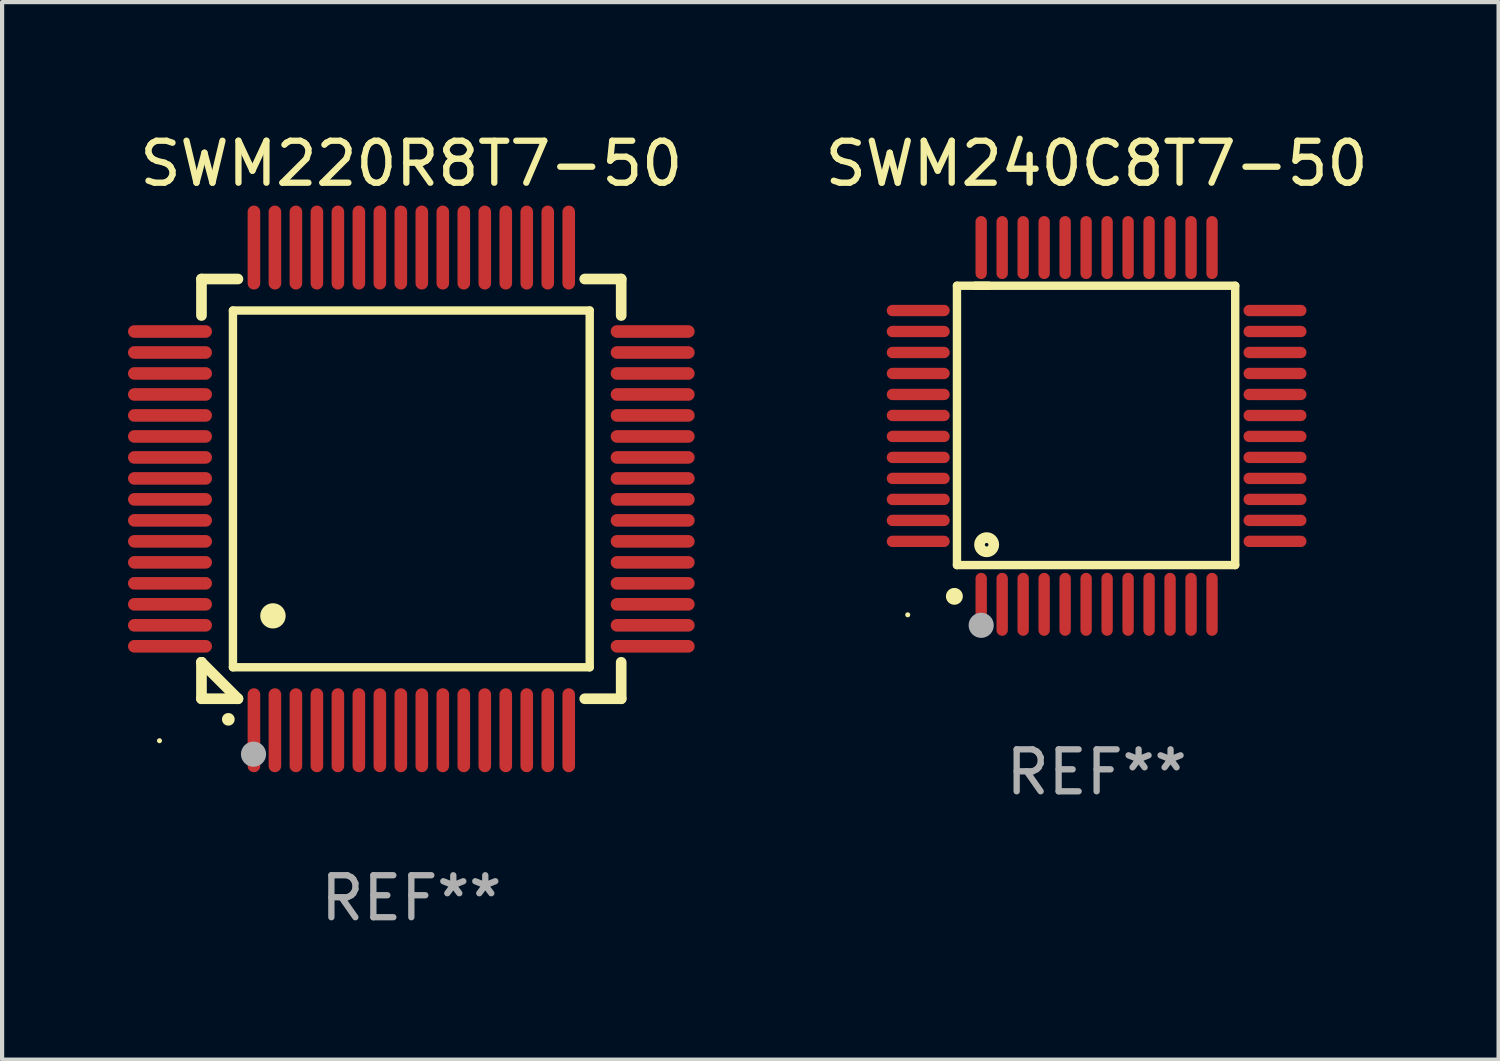
<source format=kicad_pcb>
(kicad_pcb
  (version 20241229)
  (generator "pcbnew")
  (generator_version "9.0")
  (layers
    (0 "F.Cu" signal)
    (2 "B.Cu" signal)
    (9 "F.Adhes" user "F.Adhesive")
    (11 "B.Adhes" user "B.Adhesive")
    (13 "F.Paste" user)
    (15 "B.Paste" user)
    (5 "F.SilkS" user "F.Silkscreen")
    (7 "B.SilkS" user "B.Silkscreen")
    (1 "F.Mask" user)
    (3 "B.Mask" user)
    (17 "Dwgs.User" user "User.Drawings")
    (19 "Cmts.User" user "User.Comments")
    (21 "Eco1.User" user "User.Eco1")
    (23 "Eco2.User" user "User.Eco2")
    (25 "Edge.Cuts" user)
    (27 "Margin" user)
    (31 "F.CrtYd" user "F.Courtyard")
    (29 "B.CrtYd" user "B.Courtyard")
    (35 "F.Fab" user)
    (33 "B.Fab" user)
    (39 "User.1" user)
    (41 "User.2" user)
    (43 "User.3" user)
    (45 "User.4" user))
  (footprint "SWM220R8T7-50"
    (layer "F.Cu")
    (at 6.75 8.598)
    (property "Reference" "SWM220R8T7-50" (at 0 -7.75 0) (layer "F.SilkS") (effects (font (size 1 1) (thickness 0.15))))
    (attr through_hole)
    (fp_line (start -5 -5) (end -4.131 -5) (stroke (width 0.254) (type solid)) (layer "F.SilkS"))
    (fp_line (start -5 -4.131) (end -5 -5) (stroke (width 0.254) (type solid)) (layer "F.SilkS"))
    (fp_line (start -5 4.131) (end -5 4.131) (stroke (width 0.254) (type solid)) (layer "F.SilkS"))
    (fp_line (start -5 5) (end -5 4.131) (stroke (width 0.254) (type solid)) (layer "F.SilkS"))
    (fp_line (start -5 4.131) (end -4.131 5) (stroke (width 0.254) (type solid)) (layer "F.SilkS"))
    (fp_line (start -4.25 -4.25) (end -4.25 4.25) (stroke (width 0.2) (type solid)) (layer "F.SilkS"))
    (fp_line (start -4.25 4.25) (end 4.25 4.25) (stroke (width 0.2) (type solid)) (layer "F.SilkS"))
    (fp_line (start -4.131 5) (end -5 5) (stroke (width 0.254) (type solid)) (layer "F.SilkS"))
    (fp_line (start 4.25 -4.25) (end -4.25 -4.25) (stroke (width 0.2) (type solid)) (layer "F.SilkS"))
    (fp_line (start 4.25 4.25) (end 4.25 -4.25) (stroke (width 0.2) (type solid)) (layer "F.SilkS"))
    (fp_line (start 5 -5) (end 4.131 -5) (stroke (width 0.254) (type solid)) (layer "F.SilkS"))
    (fp_line (start 5 -5) (end 5 -4.131) (stroke (width 0.254) (type solid)) (layer "F.SilkS"))
    (fp_line (start 5 4.131) (end 5 5) (stroke (width 0.254) (type solid)) (layer "F.SilkS"))
    (fp_line (start 5 5) (end 4.131 5) (stroke (width 0.254) (type solid)) (layer "F.SilkS"))
    (fp_arc (start -4.361265 5.489992) (mid -4.359995 5.489987) (end -4.358725 5.489992) (stroke (width 0.3) (type solid)) (layer "F.SilkS"))
    (fp_arc (start -3.299467 3.025146) (mid -3.296927 3.025135) (end -3.294387 3.025146) (stroke (width 0.6) (type solid)) (layer "F.SilkS"))
    (fp_circle (center -6 6) (end -5.97 6) (stroke (width 0.06) (type solid)) (fill no) (layer "F.SilkS"))
    (fp_circle (center -3.76 6.32) (end -3.61 6.32) (stroke (width 0.3) (type solid)) (fill no) (layer "F.Fab"))
    (fp_text user "REF**" (at 0 9.75 0) (layer "F.Fab") (effects (font (size 1 1) (thickness 0.15))))
    (pad "1" smd oval (at -3.75 5.75) (size 0.3 2) (layers "F.Cu" "F.Mask" "F.Paste"))
    (pad "2" smd oval (at -3.25 5.75) (size 0.3 2) (layers "F.Cu" "F.Mask" "F.Paste"))
    (pad "3" smd oval (at -2.75 5.75) (size 0.3 2) (layers "F.Cu" "F.Mask" "F.Paste"))
    (pad "4" smd oval (at -2.25 5.75) (size 0.3 2) (layers "F.Cu" "F.Mask" "F.Paste"))
    (pad "5" smd oval (at -1.75 5.75) (size 0.3 2) (layers "F.Cu" "F.Mask" "F.Paste"))
    (pad "6" smd oval (at -1.25 5.75) (size 0.3 2) (layers "F.Cu" "F.Mask" "F.Paste"))
    (pad "7" smd oval (at -0.75 5.75) (size 0.3 2) (layers "F.Cu" "F.Mask" "F.Paste"))
    (pad "8" smd oval (at -0.25 5.75) (size 0.3 2) (layers "F.Cu" "F.Mask" "F.Paste"))
    (pad "9" smd oval (at 0.25 5.75) (size 0.3 2) (layers "F.Cu" "F.Mask" "F.Paste"))
    (pad "10" smd oval (at 0.75 5.75) (size 0.3 2) (layers "F.Cu" "F.Mask" "F.Paste"))
    (pad "11" smd oval (at 1.25 5.75) (size 0.3 2) (layers "F.Cu" "F.Mask" "F.Paste"))
    (pad "12" smd oval (at 1.75 5.75) (size 0.3 2) (layers "F.Cu" "F.Mask" "F.Paste"))
    (pad "13" smd oval (at 2.25 5.75) (size 0.3 2) (layers "F.Cu" "F.Mask" "F.Paste"))
    (pad "14" smd oval (at 2.75 5.75) (size 0.3 2) (layers "F.Cu" "F.Mask" "F.Paste"))
    (pad "15" smd oval (at 3.25 5.75) (size 0.3 2) (layers "F.Cu" "F.Mask" "F.Paste"))
    (pad "16" smd oval (at 3.75 5.75) (size 0.3 2) (layers "F.Cu" "F.Mask" "F.Paste"))
    (pad "17" smd oval (at 5.75 3.75) (size 2 0.3) (layers "F.Cu" "F.Mask" "F.Paste"))
    (pad "18" smd oval (at 5.75 3.25) (size 2 0.3) (layers "F.Cu" "F.Mask" "F.Paste"))
    (pad "19" smd oval (at 5.75 2.75) (size 2 0.3) (layers "F.Cu" "F.Mask" "F.Paste"))
    (pad "20" smd oval (at 5.75 2.25) (size 2 0.3) (layers "F.Cu" "F.Mask" "F.Paste"))
    (pad "21" smd oval (at 5.75 1.75) (size 2 0.3) (layers "F.Cu" "F.Mask" "F.Paste"))
    (pad "22" smd oval (at 5.75 1.25) (size 2 0.3) (layers "F.Cu" "F.Mask" "F.Paste"))
    (pad "23" smd oval (at 5.75 0.75) (size 2 0.3) (layers "F.Cu" "F.Mask" "F.Paste"))
    (pad "24" smd oval (at 5.75 0.25) (size 2 0.3) (layers "F.Cu" "F.Mask" "F.Paste"))
    (pad "25" smd oval (at 5.75 -0.25) (size 2 0.3) (layers "F.Cu" "F.Mask" "F.Paste"))
    (pad "26" smd oval (at 5.75 -0.75) (size 2 0.3) (layers "F.Cu" "F.Mask" "F.Paste"))
    (pad "27" smd oval (at 5.75 -1.25) (size 2 0.3) (layers "F.Cu" "F.Mask" "F.Paste"))
    (pad "28" smd oval (at 5.75 -1.75) (size 2 0.3) (layers "F.Cu" "F.Mask" "F.Paste"))
    (pad "29" smd oval (at 5.75 -2.25) (size 2 0.3) (layers "F.Cu" "F.Mask" "F.Paste"))
    (pad "30" smd oval (at 5.75 -2.75) (size 2 0.3) (layers "F.Cu" "F.Mask" "F.Paste"))
    (pad "31" smd oval (at 5.75 -3.25) (size 2 0.3) (layers "F.Cu" "F.Mask" "F.Paste"))
    (pad "32" smd oval (at 5.75 -3.75) (size 2 0.3) (layers "F.Cu" "F.Mask" "F.Paste"))
    (pad "33" smd oval (at 3.75 -5.75) (size 0.3 2) (layers "F.Cu" "F.Mask" "F.Paste"))
    (pad "34" smd oval (at 3.25 -5.75) (size 0.3 2) (layers "F.Cu" "F.Mask" "F.Paste"))
    (pad "35" smd oval (at 2.75 -5.75) (size 0.3 2) (layers "F.Cu" "F.Mask" "F.Paste"))
    (pad "36" smd oval (at 2.25 -5.75) (size 0.3 2) (layers "F.Cu" "F.Mask" "F.Paste"))
    (pad "37" smd oval (at 1.75 -5.75) (size 0.3 2) (layers "F.Cu" "F.Mask" "F.Paste"))
    (pad "38" smd oval (at 1.25 -5.75) (size 0.3 2) (layers "F.Cu" "F.Mask" "F.Paste"))
    (pad "39" smd oval (at 0.75 -5.75) (size 0.3 2) (layers "F.Cu" "F.Mask" "F.Paste"))
    (pad "40" smd oval (at 0.25 -5.75) (size 0.3 2) (layers "F.Cu" "F.Mask" "F.Paste"))
    (pad "41" smd oval (at -0.25 -5.75) (size 0.3 2) (layers "F.Cu" "F.Mask" "F.Paste"))
    (pad "42" smd oval (at -0.75 -5.75) (size 0.3 2) (layers "F.Cu" "F.Mask" "F.Paste"))
    (pad "43" smd oval (at -1.25 -5.75) (size 0.3 2) (layers "F.Cu" "F.Mask" "F.Paste"))
    (pad "44" smd oval (at -1.75 -5.75) (size 0.3 2) (layers "F.Cu" "F.Mask" "F.Paste"))
    (pad "45" smd oval (at -2.25 -5.75) (size 0.3 2) (layers "F.Cu" "F.Mask" "F.Paste"))
    (pad "46" smd oval (at -2.75 -5.75) (size 0.3 2) (layers "F.Cu" "F.Mask" "F.Paste"))
    (pad "47" smd oval (at -3.25 -5.75) (size 0.3 2) (layers "F.Cu" "F.Mask" "F.Paste"))
    (pad "48" smd oval (at -3.75 -5.75) (size 0.3 2) (layers "F.Cu" "F.Mask" "F.Paste"))
    (pad "49" smd oval (at -5.75 -3.75) (size 2 0.3) (layers "F.Cu" "F.Mask" "F.Paste"))
    (pad "50" smd oval (at -5.75 -3.25) (size 2 0.3) (layers "F.Cu" "F.Mask" "F.Paste"))
    (pad "51" smd oval (at -5.75 -2.75) (size 2 0.3) (layers "F.Cu" "F.Mask" "F.Paste"))
    (pad "52" smd oval (at -5.75 -2.25) (size 2 0.3) (layers "F.Cu" "F.Mask" "F.Paste"))
    (pad "53" smd oval (at -5.75 -1.75) (size 2 0.3) (layers "F.Cu" "F.Mask" "F.Paste"))
    (pad "54" smd oval (at -5.75 -1.25) (size 2 0.3) (layers "F.Cu" "F.Mask" "F.Paste"))
    (pad "55" smd oval (at -5.75 -0.75) (size 2 0.3) (layers "F.Cu" "F.Mask" "F.Paste"))
    (pad "56" smd oval (at -5.75 -0.25) (size 2 0.3) (layers "F.Cu" "F.Mask" "F.Paste"))
    (pad "57" smd oval (at -5.75 0.25) (size 2 0.3) (layers "F.Cu" "F.Mask" "F.Paste"))
    (pad "58" smd oval (at -5.75 0.75) (size 2 0.3) (layers "F.Cu" "F.Mask" "F.Paste"))
    (pad "59" smd oval (at -5.75 1.25) (size 2 0.3) (layers "F.Cu" "F.Mask" "F.Paste"))
    (pad "60" smd oval (at -5.75 1.75) (size 2 0.3) (layers "F.Cu" "F.Mask" "F.Paste"))
    (pad "61" smd oval (at -5.75 2.25) (size 2 0.3) (layers "F.Cu" "F.Mask" "F.Paste"))
    (pad "62" smd oval (at -5.75 2.75) (size 2 0.3) (layers "F.Cu" "F.Mask" "F.Paste"))
    (pad "63" smd oval (at -5.75 3.25) (size 2 0.3) (layers "F.Cu" "F.Mask" "F.Paste"))
    (pad "64" smd oval (at -5.75 3.75) (size 2 0.3) (layers "F.Cu" "F.Mask" "F.Paste")))
  (footprint "SWM240C8T7-50"
    (layer "F.Cu")
    (at 23.077 7.098)
    (property "Reference" "SWM240C8T7-50" (at 0 -6.25 0) (layer "F.SilkS") (effects (font (size 1 1) (thickness 0.15))))
    (attr through_hole)
    (fp_line (start -3.327 -3.34) (end -2.565 -3.34) (stroke (width 0.2) (type solid)) (layer "F.SilkS"))
    (fp_line (start -3.327 3.315) (end -3.327 -3.34) (stroke (width 0.2) (type solid)) (layer "F.SilkS"))
    (fp_line (start -2.896 -3.34) (end 3.302 -3.34) (stroke (width 0.2) (type solid)) (layer "F.SilkS"))
    (fp_line (start 3.302 -3.34) (end 3.302 3.315) (stroke (width 0.2) (type solid)) (layer "F.SilkS"))
    (fp_line (start 3.302 3.315) (end -3.327 3.315) (stroke (width 0.2) (type solid)) (layer "F.SilkS"))
    (fp_arc (start -3.389992 4.059995) (mid -3.388722 4.059991) (end -3.387452 4.059995) (stroke (width 0.4) (type solid)) (layer "F.SilkS"))
    (fp_circle (center -4.5 4.5) (end -4.47 4.5) (stroke (width 0.06) (type solid)) (fill no) (layer "F.SilkS"))
    (fp_circle (center -2.62 2.83) (end -2.45 2.83) (stroke (width 0.254) (type solid)) (fill no) (layer "F.SilkS"))
    (fp_circle (center -2.75 4.75) (end -2.6 4.75) (stroke (width 0.3) (type solid)) (fill no) (layer "F.Fab"))
    (fp_text user "REF**" (at 0 8.25 0) (layer "F.Fab") (effects (font (size 1 1) (thickness 0.15))))
    (pad "1" smd oval (at -2.75 4.25) (size 0.27 1.5) (layers "F.Cu" "F.Mask" "F.Paste"))
    (pad "2" smd oval (at -2.25 4.25) (size 0.27 1.5) (layers "F.Cu" "F.Mask" "F.Paste"))
    (pad "3" smd oval (at -1.75 4.25) (size 0.27 1.5) (layers "F.Cu" "F.Mask" "F.Paste"))
    (pad "4" smd oval (at -1.25 4.25) (size 0.27 1.5) (layers "F.Cu" "F.Mask" "F.Paste"))
    (pad "5" smd oval (at -0.75 4.25) (size 0.27 1.5) (layers "F.Cu" "F.Mask" "F.Paste"))
    (pad "6" smd oval (at -0.25 4.25) (size 0.27 1.5) (layers "F.Cu" "F.Mask" "F.Paste"))
    (pad "7" smd oval (at 0.25 4.25) (size 0.27 1.5) (layers "F.Cu" "F.Mask" "F.Paste"))
    (pad "8" smd oval (at 0.75 4.25) (size 0.27 1.5) (layers "F.Cu" "F.Mask" "F.Paste"))
    (pad "9" smd oval (at 1.25 4.25) (size 0.27 1.5) (layers "F.Cu" "F.Mask" "F.Paste"))
    (pad "10" smd oval (at 1.75 4.25) (size 0.27 1.5) (layers "F.Cu" "F.Mask" "F.Paste"))
    (pad "11" smd oval (at 2.25 4.25) (size 0.27 1.5) (layers "F.Cu" "F.Mask" "F.Paste"))
    (pad "12" smd oval (at 2.75 4.25) (size 0.27 1.5) (layers "F.Cu" "F.Mask" "F.Paste"))
    (pad "13" smd oval (at 4.25 2.75) (size 1.5 0.27) (layers "F.Cu" "F.Mask" "F.Paste"))
    (pad "14" smd oval (at 4.25 2.25) (size 1.5 0.27) (layers "F.Cu" "F.Mask" "F.Paste"))
    (pad "15" smd oval (at 4.25 1.75) (size 1.5 0.27) (layers "F.Cu" "F.Mask" "F.Paste"))
    (pad "16" smd oval (at 4.25 1.25) (size 1.5 0.27) (layers "F.Cu" "F.Mask" "F.Paste"))
    (pad "17" smd oval (at 4.25 0.75) (size 1.5 0.27) (layers "F.Cu" "F.Mask" "F.Paste"))
    (pad "18" smd oval (at 4.25 0.25) (size 1.5 0.27) (layers "F.Cu" "F.Mask" "F.Paste"))
    (pad "19" smd oval (at 4.25 -0.25) (size 1.5 0.27) (layers "F.Cu" "F.Mask" "F.Paste"))
    (pad "20" smd oval (at 4.25 -0.75) (size 1.5 0.27) (layers "F.Cu" "F.Mask" "F.Paste"))
    (pad "21" smd oval (at 4.25 -1.25) (size 1.5 0.27) (layers "F.Cu" "F.Mask" "F.Paste"))
    (pad "22" smd oval (at 4.25 -1.75) (size 1.5 0.27) (layers "F.Cu" "F.Mask" "F.Paste"))
    (pad "23" smd oval (at 4.25 -2.25) (size 1.5 0.27) (layers "F.Cu" "F.Mask" "F.Paste"))
    (pad "24" smd oval (at 4.25 -2.75) (size 1.5 0.27) (layers "F.Cu" "F.Mask" "F.Paste"))
    (pad "25" smd oval (at 2.75 -4.25) (size 0.27 1.5) (layers "F.Cu" "F.Mask" "F.Paste"))
    (pad "26" smd oval (at 2.25 -4.25) (size 0.27 1.5) (layers "F.Cu" "F.Mask" "F.Paste"))
    (pad "27" smd oval (at 1.75 -4.25) (size 0.27 1.5) (layers "F.Cu" "F.Mask" "F.Paste"))
    (pad "28" smd oval (at 1.25 -4.25) (size 0.27 1.5) (layers "F.Cu" "F.Mask" "F.Paste"))
    (pad "29" smd oval (at 0.75 -4.25) (size 0.27 1.5) (layers "F.Cu" "F.Mask" "F.Paste"))
    (pad "30" smd oval (at 0.25 -4.25) (size 0.27 1.5) (layers "F.Cu" "F.Mask" "F.Paste"))
    (pad "31" smd oval (at -0.25 -4.25) (size 0.27 1.5) (layers "F.Cu" "F.Mask" "F.Paste"))
    (pad "32" smd oval (at -0.75 -4.25) (size 0.27 1.5) (layers "F.Cu" "F.Mask" "F.Paste"))
    (pad "33" smd oval (at -1.25 -4.25) (size 0.27 1.5) (layers "F.Cu" "F.Mask" "F.Paste"))
    (pad "34" smd oval (at -1.75 -4.25) (size 0.27 1.5) (layers "F.Cu" "F.Mask" "F.Paste"))
    (pad "35" smd oval (at -2.25 -4.25) (size 0.27 1.5) (layers "F.Cu" "F.Mask" "F.Paste"))
    (pad "36" smd oval (at -2.75 -4.25) (size 0.27 1.5) (layers "F.Cu" "F.Mask" "F.Paste"))
    (pad "37" smd oval (at -4.25 -2.75) (size 1.5 0.27) (layers "F.Cu" "F.Mask" "F.Paste"))
    (pad "38" smd oval (at -4.25 -2.25) (size 1.5 0.27) (layers "F.Cu" "F.Mask" "F.Paste"))
    (pad "39" smd oval (at -4.25 -1.75) (size 1.5 0.27) (layers "F.Cu" "F.Mask" "F.Paste"))
    (pad "40" smd oval (at -4.25 -1.25) (size 1.5 0.27) (layers "F.Cu" "F.Mask" "F.Paste"))
    (pad "41" smd oval (at -4.25 -0.75) (size 1.5 0.27) (layers "F.Cu" "F.Mask" "F.Paste"))
    (pad "42" smd oval (at -4.25 -0.25) (size 1.5 0.27) (layers "F.Cu" "F.Mask" "F.Paste"))
    (pad "43" smd oval (at -4.25 0.25) (size 1.5 0.27) (layers "F.Cu" "F.Mask" "F.Paste"))
    (pad "44" smd oval (at -4.25 0.75) (size 1.5 0.27) (layers "F.Cu" "F.Mask" "F.Paste"))
    (pad "45" smd oval (at -4.25 1.25) (size 1.5 0.27) (layers "F.Cu" "F.Mask" "F.Paste"))
    (pad "46" smd oval (at -4.25 1.75) (size 1.5 0.27) (layers "F.Cu" "F.Mask" "F.Paste"))
    (pad "47" smd oval (at -4.25 2.25) (size 1.5 0.27) (layers "F.Cu" "F.Mask" "F.Paste"))
    (pad "48" smd oval (at -4.25 2.75) (size 1.5 0.27) (layers "F.Cu" "F.Mask" "F.Paste")))
  (gr_rect
    (start -3 -3)
    (end 32.654 22.196)
    (stroke (width 0.1) (type default))
    (fill no)
    (layer "Edge.Cuts")))
</source>
